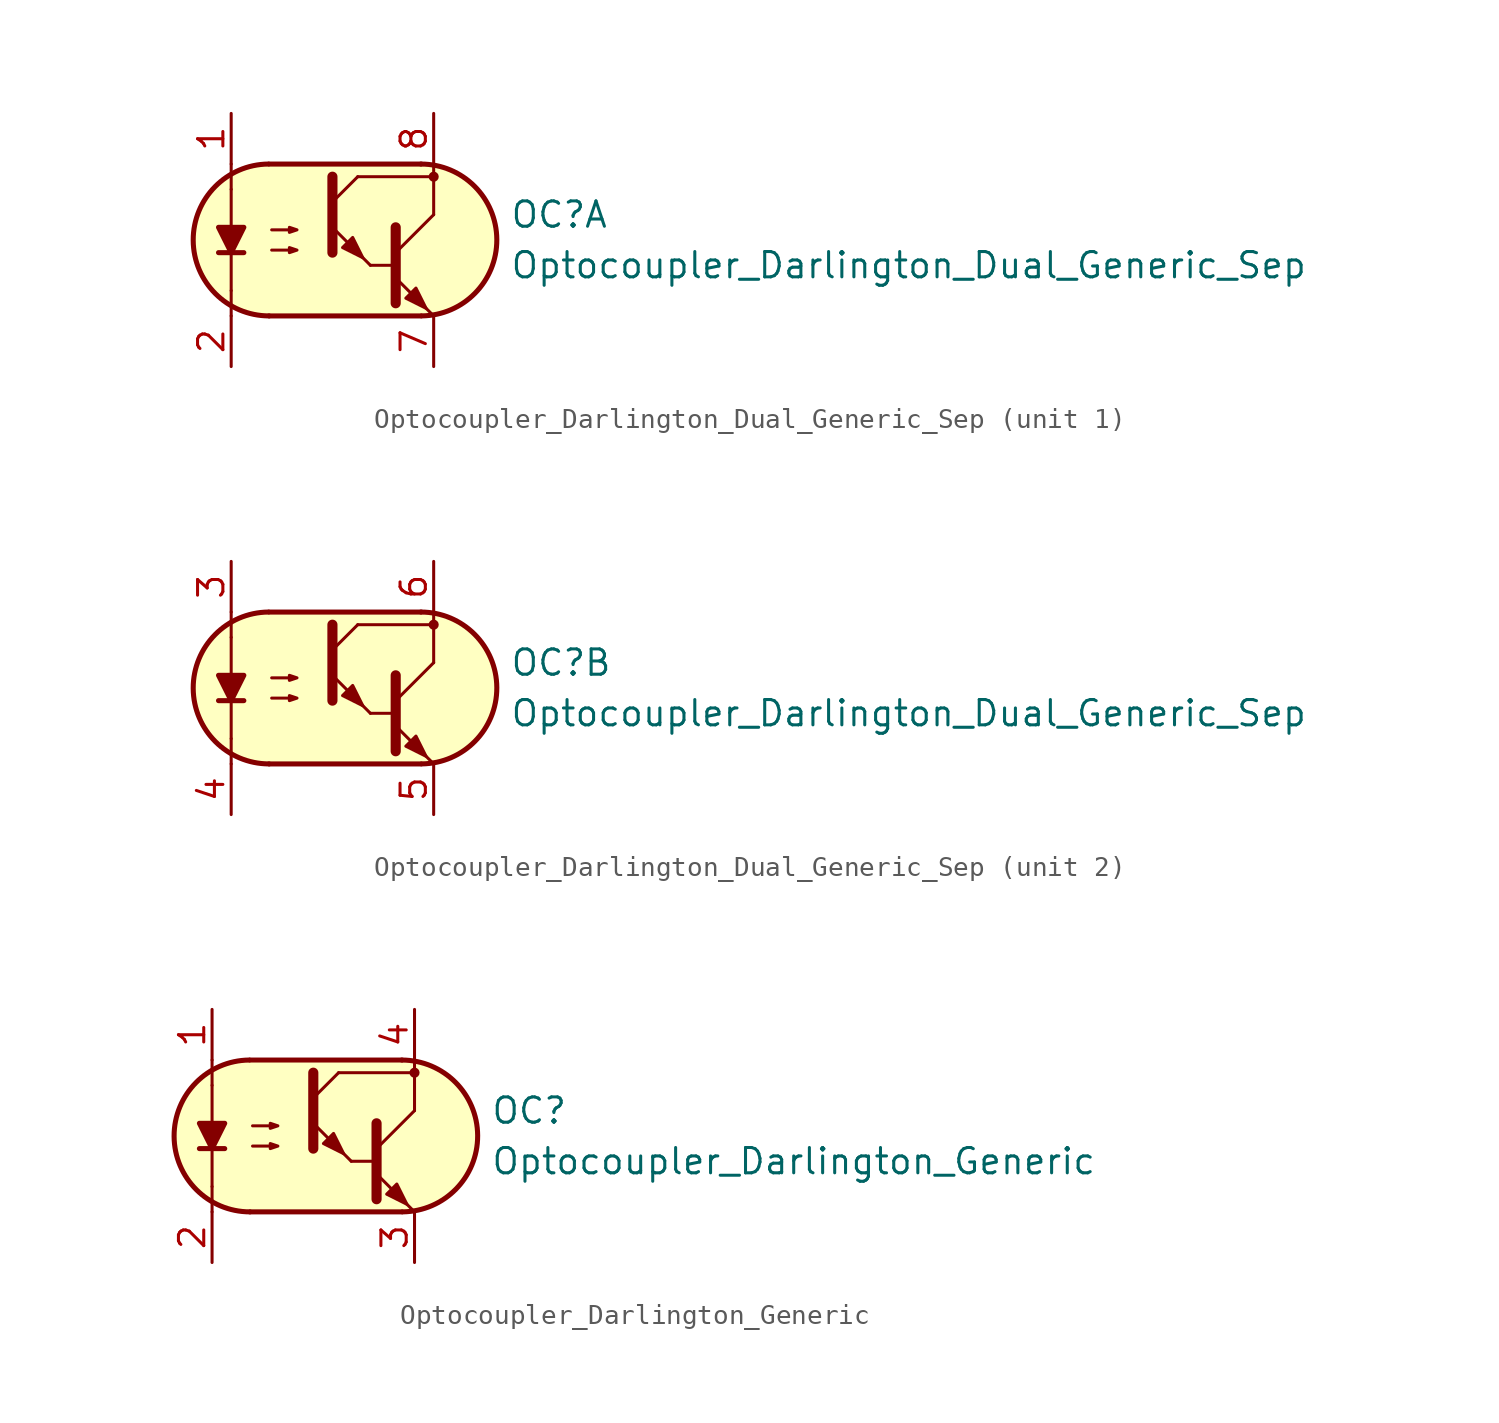
<source format=kicad_sym>
(kicad_symbol_lib
  (version 20211014)
  (generator kicad_symbol_editor)
  (symbol "Optocoupler_Darlington_Dual_Generic_Sep"
    (pin_names
      (offset 1.016))
    (property "Reference" "OC"
      (at 8.89 1.27 0)
      (effects (font (size 1.27 1.27)) (justify left)))
    (property "Value" "Optocoupler_Darlington_Dual_Generic_Sep"
      (at 8.89 -1.27 0)
      (effects (font (size 1.27 1.27)) (justify left)))
    (property "ki_locked" ""
      (at 0 0 0)
      (effects (font (size 1.27 1.27))))
    (symbol "Optocoupler_Darlington_Dual_Generic_Sep_0_1"
      (arc (start -3.2135 3.8099) (mid -6.9851 -0.016) (end -3.1816 -3.8101) (stroke (width 0.254) (type default) (color 0 0 0 0)) (fill (type none)))
      (polyline (pts (xy -5.08 -2.54) (xy -5.08 -3.81)) (stroke (width 0.152) (type default) (color 0 0 0 0)) (fill (type none)))
      (polyline (pts (xy -5.08 -2.54) (xy -5.08 2.54)) (stroke (width 0.152) (type default) (color 0 0 0 0)) (fill (type none)))
      (polyline (pts (xy -5.08 2.54) (xy -5.08 3.81)) (stroke (width 0.152) (type default) (color 0 0 0 0)) (fill (type none)))
      (polyline (pts (xy -3.175 -3.81) (xy 4.445 -3.81)) (stroke (width 0.254) (type default) (color 0 0 0 0)) (fill (type none)))
      (polyline (pts (xy 1.27 3.175) (xy 5.08 3.175)) (stroke (width 0.152) (type default) (color 0 0 0 0)) (fill (type none)))
      (polyline (pts (xy 1.905 -1.27) (xy 3.175 -1.27)) (stroke (width 0) (type default) (color 0 0 0 0)) (fill (type none)))
      (polyline (pts (xy 3.175 -0.635) (xy 5.08 1.27)) (stroke (width 0) (type default) (color 0 0 0 0)) (fill (type none)))
      (polyline (pts (xy 4.445 3.81) (xy -3.175 3.81)) (stroke (width 0.254) (type default) (color 0 0 0 0)) (fill (type none)))
      (polyline (pts (xy 5.08 -3.81) (xy 3.175 -1.905)) (stroke (width 0) (type default) (color 0 0 0 0)) (fill (type outline)))
      (polyline (pts (xy 5.08 1.27) (xy 5.08 3.81)) (stroke (width 0.152) (type default) (color 0 0 0 0)) (fill (type none)))
      (polyline (pts (xy 3.175 0.635) (xy 3.175 -3.175) (xy 3.175 -3.175)) (stroke (width 0.508) (type default) (color 0 0 0 0)) (fill (type none)))
      (polyline (pts (xy -3.048 -0.508) (xy -1.778 -0.508) (xy -2.159 -0.635) (xy -2.159 -0.381) (xy -1.778 -0.508)) (stroke (width 0) (type default) (color 0 0 0 0)) (fill (type none)))
      (polyline (pts (xy -3.048 0.508) (xy -1.778 0.508) (xy -2.159 0.381) (xy -2.159 0.635) (xy -1.778 0.508)) (stroke (width 0) (type default) (color 0 0 0 0)) (fill (type none)))
      (polyline (pts (xy 3.683 -2.921) (xy 4.191 -2.413) (xy 4.699 -3.429) (xy 3.683 -2.921) (xy 3.683 -2.921)) (stroke (width 0) (type default) (color 0 0 0 0)) (fill (type outline)))
      (polyline (pts (xy 4.445 3.81) (xy -2.921 3.81) (xy -3.302 3.81) (xy -3.556 3.81) (xy -4.191 3.683) (xy -4.826 3.429) (xy -5.334 3.175) (xy -6.223 2.286) (xy -6.858 1.016) (xy -6.985 -0.127) (xy -6.731 -1.27) (xy -6.096 -2.413) (xy -5.08 -3.302) (xy -3.556 -3.81) (xy 4.826 -3.81) (xy 5.842 -3.556) (xy 6.858 -2.921) (xy 7.62 -2.159) (xy 8.001 -1.397) (xy 8.255 -0.127) (xy 8.128 0.889) (xy 7.874 1.651) (xy 7.493 2.286) (xy 6.985 2.794) (xy 6.35 3.302) (xy 5.461 3.683) (xy 4.445 3.81)) (stroke (width 0.01) (type default) (color 0 0 0 0)) (fill (type background)))
      (arc (start 4.4769 -3.81) (mid 8.2485 0.0159) (end 4.445 3.81) (stroke (width 0.254) (type default) (color 0 0 0 0)) (fill (type none))))
    (symbol "Optocoupler_Darlington_Dual_Generic_Sep_1_1"
      (polyline (pts (xy -5.715 -0.635) (xy -4.445 -0.635)) (stroke (width 0.254) (type default) (color 0 0 0 0)) (fill (type none)))
      (polyline (pts (xy 0 1.905) (xy 1.27 3.175)) (stroke (width 0) (type default) (color 0 0 0 0)) (fill (type none)))
      (polyline (pts (xy 1.905 -1.27) (xy 0 0.635)) (stroke (width 0) (type default) (color 0 0 0 0)) (fill (type outline)))
      (polyline (pts (xy 0 3.175) (xy 0 -0.635) (xy 0 -0.635)) (stroke (width 0.508) (type default) (color 0 0 0 0)) (fill (type none)))
      (polyline (pts (xy -5.08 -0.635) (xy -5.715 0.635) (xy -4.445 0.635) (xy -5.08 -0.635)) (stroke (width 0.254) (type default) (color 0 0 0 0)) (fill (type outline)))
      (polyline (pts (xy 0.508 -0.381) (xy 1.016 0.127) (xy 1.524 -0.889) (xy 0.508 -0.381) (xy 0.508 -0.381)) (stroke (width 0) (type default) (color 0 0 0 0)) (fill (type outline)))
      (circle (center 5.08 3.175) (radius 0.178) (stroke (width 0) (type default) (color 0 0 0 0)) (fill (type outline)))
      (pin passive line (at -5.08 6.35 270) (length 2.54) (name "~" (effects (font (size 1.27 1.27)))) (number "1" (effects (font (size 1.27 1.27)))))
      (pin passive line (at -5.08 -6.35 90) (length 2.54) (name "~" (effects (font (size 1.27 1.27)))) (number "2" (effects (font (size 1.27 1.27)))))
      (pin passive line (at 5.08 -6.35 90) (length 2.54) (name "~" (effects (font (size 1.27 1.27)))) (number "7" (effects (font (size 1.27 1.27)))))
      (pin passive line (at 5.08 6.35 270) (length 2.54) (name "~" (effects (font (size 1.27 1.27)))) (number "8" (effects (font (size 1.27 1.27))))))
    (symbol "Optocoupler_Darlington_Dual_Generic_Sep_2_1"
      (polyline (pts (xy -5.715 -0.635) (xy -4.445 -0.635)) (stroke (width 0.254) (type default) (color 0 0 0 0)) (fill (type none)))
      (polyline (pts (xy 0 1.905) (xy 1.27 3.175)) (stroke (width 0) (type default) (color 0 0 0 0)) (fill (type none)))
      (polyline (pts (xy 1.905 -1.27) (xy 0 0.635)) (stroke (width 0) (type default) (color 0 0 0 0)) (fill (type outline)))
      (polyline (pts (xy 0 3.175) (xy 0 -0.635) (xy 0 -0.635)) (stroke (width 0.508) (type default) (color 0 0 0 0)) (fill (type none)))
      (polyline (pts (xy -5.08 -0.635) (xy -5.715 0.635) (xy -4.445 0.635) (xy -5.08 -0.635)) (stroke (width 0.254) (type default) (color 0 0 0 0)) (fill (type outline)))
      (polyline (pts (xy 0.508 -0.381) (xy 1.016 0.127) (xy 1.524 -0.889) (xy 0.508 -0.381) (xy 0.508 -0.381)) (stroke (width 0) (type default) (color 0 0 0 0)) (fill (type outline)))
      (circle (center 5.08 3.175) (radius 0.178) (stroke (width 0) (type default) (color 0 0 0 0)) (fill (type outline)))
      (pin passive line (at -5.08 6.35 270) (length 2.54) (name "~" (effects (font (size 1.27 1.27)))) (number "3" (effects (font (size 1.27 1.27)))))
      (pin passive line (at -5.08 -6.35 90) (length 2.54) (name "~" (effects (font (size 1.27 1.27)))) (number "4" (effects (font (size 1.27 1.27)))))
      (pin passive line (at 5.08 -6.35 90) (length 2.54) (name "~" (effects (font (size 1.27 1.27)))) (number "5" (effects (font (size 1.27 1.27)))))
      (pin passive line (at 5.08 6.35 270) (length 2.54) (name "~" (effects (font (size 1.27 1.27)))) (number "6" (effects (font (size 1.27 1.27)))))))
  (symbol "Optocoupler_Darlington_Generic"
    (pin_names
      (offset 1.016))
    (property "Reference" "OC"
      (at 8.89 1.27 0)
      (effects (font (size 1.27 1.27)) (justify left)))
    (property "Value" "Optocoupler_Darlington_Generic"
      (at 8.89 -1.27 0)
      (effects (font (size 1.27 1.27)) (justify left)))
    (symbol "Optocoupler_Darlington_Generic_0_1"
      (arc (start -3.2135 3.8099) (mid -6.9851 -0.016) (end -3.1816 -3.8101) (stroke (width 0.254) (type default) (color 0 0 0 0)) (fill (type none)))
      (polyline (pts (xy -5.08 -2.54) (xy -5.08 -3.81)) (stroke (width 0.152) (type default) (color 0 0 0 0)) (fill (type none)))
      (polyline (pts (xy -5.08 -2.54) (xy -5.08 2.54)) (stroke (width 0.152) (type default) (color 0 0 0 0)) (fill (type none)))
      (polyline (pts (xy -5.08 2.54) (xy -5.08 3.81)) (stroke (width 0.152) (type default) (color 0 0 0 0)) (fill (type none)))
      (polyline (pts (xy -3.175 -3.81) (xy 4.445 -3.81)) (stroke (width 0.254) (type default) (color 0 0 0 0)) (fill (type none)))
      (polyline (pts (xy 1.27 3.175) (xy 5.08 3.175)) (stroke (width 0.152) (type default) (color 0 0 0 0)) (fill (type none)))
      (polyline (pts (xy 1.905 -1.27) (xy 3.175 -1.27)) (stroke (width 0) (type default) (color 0 0 0 0)) (fill (type none)))
      (polyline (pts (xy 3.175 -0.635) (xy 5.08 1.27)) (stroke (width 0) (type default) (color 0 0 0 0)) (fill (type none)))
      (polyline (pts (xy 4.445 3.81) (xy -3.175 3.81)) (stroke (width 0.254) (type default) (color 0 0 0 0)) (fill (type none)))
      (polyline (pts (xy 5.08 -3.81) (xy 3.175 -1.905)) (stroke (width 0) (type default) (color 0 0 0 0)) (fill (type outline)))
      (polyline (pts (xy 5.08 1.27) (xy 5.08 3.81)) (stroke (width 0.152) (type default) (color 0 0 0 0)) (fill (type none)))
      (polyline (pts (xy 3.175 0.635) (xy 3.175 -3.175) (xy 3.175 -3.175)) (stroke (width 0.508) (type default) (color 0 0 0 0)) (fill (type none)))
      (polyline (pts (xy -3.048 -0.508) (xy -1.778 -0.508) (xy -2.159 -0.635) (xy -2.159 -0.381) (xy -1.778 -0.508)) (stroke (width 0) (type default) (color 0 0 0 0)) (fill (type none)))
      (polyline (pts (xy -3.048 0.508) (xy -1.778 0.508) (xy -2.159 0.381) (xy -2.159 0.635) (xy -1.778 0.508)) (stroke (width 0) (type default) (color 0 0 0 0)) (fill (type none)))
      (polyline (pts (xy 3.683 -2.921) (xy 4.191 -2.413) (xy 4.699 -3.429) (xy 3.683 -2.921) (xy 3.683 -2.921)) (stroke (width 0) (type default) (color 0 0 0 0)) (fill (type outline)))
      (polyline (pts (xy 4.445 3.81) (xy -2.921 3.81) (xy -3.302 3.81) (xy -3.556 3.81) (xy -4.191 3.683) (xy -4.826 3.429) (xy -5.334 3.175) (xy -6.223 2.286) (xy -6.858 1.016) (xy -6.985 -0.127) (xy -6.731 -1.27) (xy -6.096 -2.413) (xy -5.08 -3.302) (xy -3.556 -3.81) (xy 4.826 -3.81) (xy 5.842 -3.556) (xy 6.858 -2.921) (xy 7.62 -2.159) (xy 8.001 -1.397) (xy 8.255 -0.127) (xy 8.128 0.889) (xy 7.874 1.651) (xy 7.493 2.286) (xy 6.985 2.794) (xy 6.35 3.302) (xy 5.461 3.683) (xy 4.445 3.81)) (stroke (width 0.01) (type default) (color 0 0 0 0)) (fill (type background)))
      (arc (start 4.4769 -3.81) (mid 8.2485 0.0159) (end 4.445 3.81) (stroke (width 0.254) (type default) (color 0 0 0 0)) (fill (type none))))
    (symbol "Optocoupler_Darlington_Generic_1_1"
      (polyline (pts (xy -5.715 -0.635) (xy -4.445 -0.635)) (stroke (width 0.254) (type default) (color 0 0 0 0)) (fill (type none)))
      (polyline (pts (xy 0 1.905) (xy 1.27 3.175)) (stroke (width 0) (type default) (color 0 0 0 0)) (fill (type none)))
      (polyline (pts (xy 1.905 -1.27) (xy 0 0.635)) (stroke (width 0) (type default) (color 0 0 0 0)) (fill (type outline)))
      (polyline (pts (xy 0 3.175) (xy 0 -0.635) (xy 0 -0.635)) (stroke (width 0.508) (type default) (color 0 0 0 0)) (fill (type none)))
      (polyline (pts (xy -5.08 -0.635) (xy -5.715 0.635) (xy -4.445 0.635) (xy -5.08 -0.635)) (stroke (width 0.254) (type default) (color 0 0 0 0)) (fill (type outline)))
      (polyline (pts (xy 0.508 -0.381) (xy 1.016 0.127) (xy 1.524 -0.889) (xy 0.508 -0.381) (xy 0.508 -0.381)) (stroke (width 0) (type default) (color 0 0 0 0)) (fill (type outline)))
      (circle (center 5.08 3.175) (radius 0.178) (stroke (width 0) (type default) (color 0 0 0 0)) (fill (type outline)))
      (pin passive line (at -5.08 6.35 270) (length 2.54) (name "~" (effects (font (size 1.27 1.27)))) (number "1" (effects (font (size 1.27 1.27)))))
      (pin passive line (at -5.08 -6.35 90) (length 2.54) (name "~" (effects (font (size 1.27 1.27)))) (number "2" (effects (font (size 1.27 1.27)))))
      (pin passive line (at 5.08 -6.35 90) (length 2.54) (name "~" (effects (font (size 1.27 1.27)))) (number "3" (effects (font (size 1.27 1.27)))))
      (pin passive line (at 5.08 6.35 270) (length 2.54) (name "~" (effects (font (size 1.27 1.27)))) (number "4" (effects (font (size 1.27 1.27))))))))
</source>
